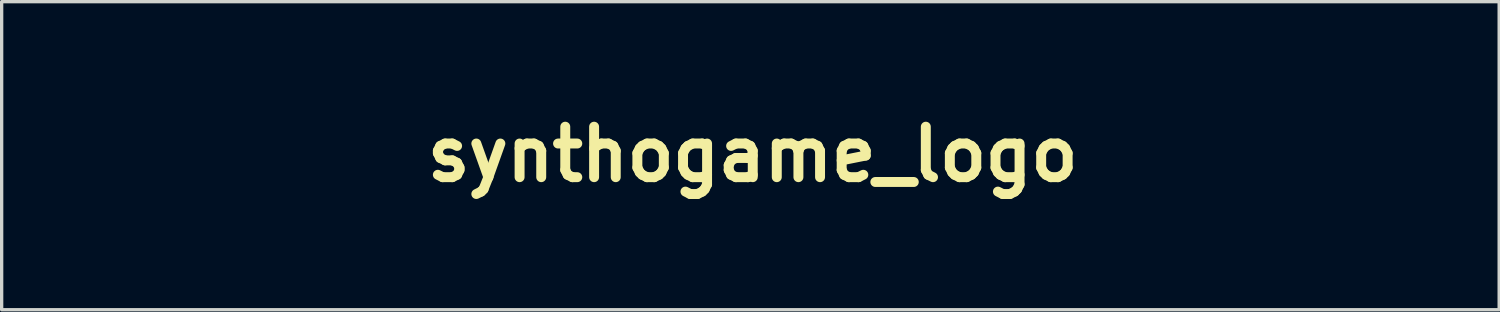
<source format=kicad_pcb>
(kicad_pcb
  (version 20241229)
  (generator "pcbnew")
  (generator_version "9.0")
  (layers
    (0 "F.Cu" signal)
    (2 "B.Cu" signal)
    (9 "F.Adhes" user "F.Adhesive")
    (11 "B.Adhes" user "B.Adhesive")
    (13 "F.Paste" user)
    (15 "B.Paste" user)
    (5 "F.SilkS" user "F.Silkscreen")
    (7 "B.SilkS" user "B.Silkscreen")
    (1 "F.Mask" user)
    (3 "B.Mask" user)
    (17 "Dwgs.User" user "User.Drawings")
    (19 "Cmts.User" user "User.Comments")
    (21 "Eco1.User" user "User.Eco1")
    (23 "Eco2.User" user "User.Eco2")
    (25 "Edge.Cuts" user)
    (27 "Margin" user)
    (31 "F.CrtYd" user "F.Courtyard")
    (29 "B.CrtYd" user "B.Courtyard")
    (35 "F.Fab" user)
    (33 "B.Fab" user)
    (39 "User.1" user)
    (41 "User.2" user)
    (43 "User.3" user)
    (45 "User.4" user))
  (footprint "synthogame_logo"
    (layer "F.Cu")
    (at 19.677 1.61)
    (property "Reference" "synthogame_logo" (at 0 0 0) (layer "F.SilkS") (effects (font (size 1.524 1.524) (thickness 0.3))))
    (attr through_hole)
    (fp_poly (pts (xy 16.785 1.005) (xy 16.85 1.01) (xy 16.9 1.02) (xy 16.94 1.037) (xy 16.976 1.062) (xy 17.007 1.092) (xy 17.058 1.159) (xy 17.085 1.23) (xy 17.088 1.307) (xy 17.081 1.348) (xy 17.057 1.408) (xy 17.016 1.465) (xy 16.965 1.512) (xy 16.911 1.544) (xy 16.897 1.548) (xy 16.855 1.555) (xy 16.796 1.56) (xy 16.727 1.561) (xy 16.655 1.561) (xy 16.587 1.557) (xy 16.53 1.551) (xy 16.492 1.543) (xy 16.491 1.543) (xy 16.453 1.523) (xy 16.412 1.492) (xy 16.387 1.469) (xy 16.337 1.4) (xy 16.311 1.327) (xy 16.309 1.251) (xy 16.331 1.178) (xy 16.378 1.108) (xy 16.394 1.09) (xy 16.431 1.057) (xy 16.468 1.034) (xy 16.51 1.018) (xy 16.563 1.009) (xy 16.632 1.004) (xy 16.701 1.003) (xy 16.785 1.005)) (stroke (width 0.01) (type solid)) (fill yes) (layer "F.Mask"))
    (fp_poly (pts (xy 17.789 -1.435) (xy 17.941 -1.435) (xy 19.347 -1.435) (xy 19.402 -1.408) (xy 19.461 -1.367) (xy 19.503 -1.313) (xy 19.525 -1.25) (xy 19.53 -1.184) (xy 19.517 -1.118) (xy 19.485 -1.058) (xy 19.436 -1.009) (xy 19.405 -0.99) (xy 19.397 -0.986) (xy 19.387 -0.983) (xy 19.376 -0.98) (xy 19.36 -0.977) (xy 19.338 -0.975) (xy 19.31 -0.973) (xy 19.273 -0.971) (xy 19.227 -0.97) (xy 19.17 -0.968) (xy 19.099 -0.968) (xy 19.015 -0.967) (xy 18.915 -0.966) (xy 18.799 -0.966) (xy 18.664 -0.966) (xy 18.509 -0.965) (xy 18.333 -0.965) (xy 18.134 -0.965) (xy 17.935 -0.965) (xy 16.515 -0.965) (xy 16.458 -1.002) (xy 16.4 -1.051) (xy 16.364 -1.112) (xy 16.349 -1.18) (xy 16.356 -1.25) (xy 16.385 -1.318) (xy 16.413 -1.356) (xy 16.423 -1.368) (xy 16.432 -1.379) (xy 16.441 -1.388) (xy 16.453 -1.397) (xy 16.467 -1.404) (xy 16.485 -1.411) (xy 16.51 -1.416) (xy 16.542 -1.421) (xy 16.583 -1.424) (xy 16.634 -1.427) (xy 16.697 -1.43) (xy 16.773 -1.432) (xy 16.863 -1.433) (xy 16.969 -1.434) (xy 17.093 -1.435) (xy 17.235 -1.435) (xy 17.398 -1.435) (xy 17.582 -1.435) (xy 17.789 -1.435)) (stroke (width 0.01) (type solid)) (fill yes) (layer "F.Mask"))
    (fp_poly (pts (xy 17.469 -0.19) (xy 17.605 -0.19) (xy 17.721 -0.19) (xy 17.817 -0.19) (xy 17.896 -0.189) (xy 17.959 -0.188) (xy 18.008 -0.186) (xy 18.046 -0.184) (xy 18.075 -0.182) (xy 18.096 -0.179) (xy 18.112 -0.175) (xy 18.124 -0.171) (xy 18.133 -0.166) (xy 18.186 -0.133) (xy 18.222 -0.09) (xy 18.243 -0.048) (xy 18.26 0.022) (xy 18.256 0.095) (xy 18.232 0.164) (xy 18.202 0.207) (xy 18.176 0.229) (xy 18.141 0.251) (xy 18.133 0.255) (xy 18.122 0.26) (xy 18.11 0.265) (xy 18.093 0.268) (xy 18.071 0.271) (xy 18.04 0.273) (xy 18 0.275) (xy 17.949 0.277) (xy 17.883 0.278) (xy 17.801 0.279) (xy 17.702 0.279) (xy 17.583 0.279) (xy 17.442 0.279) (xy 17.307 0.279) (xy 17.147 0.279) (xy 17.011 0.279) (xy 16.896 0.279) (xy 16.8 0.279) (xy 16.722 0.278) (xy 16.658 0.277) (xy 16.609 0.275) (xy 16.57 0.273) (xy 16.541 0.271) (xy 16.52 0.268) (xy 16.504 0.264) (xy 16.491 0.26) (xy 16.479 0.255) (xy 16.475 0.252) (xy 16.42 0.212) (xy 16.379 0.156) (xy 16.354 0.091) (xy 16.349 0.022) (xy 16.358 -0.021) (xy 16.391 -0.09) (xy 16.439 -0.141) (xy 16.478 -0.165) (xy 16.49 -0.17) (xy 16.503 -0.175) (xy 16.519 -0.179) (xy 16.54 -0.182) (xy 16.568 -0.184) (xy 16.606 -0.186) (xy 16.655 -0.188) (xy 16.717 -0.189) (xy 16.794 -0.19) (xy 16.889 -0.19) (xy 17.003 -0.19) (xy 17.138 -0.19) (xy 17.296 -0.191) (xy 17.308 -0.191) (xy 17.469 -0.19)) (stroke (width 0.01) (type solid)) (fill yes) (layer "F.Mask"))
    (fp_poly (pts (xy -14.941 -1.464) (xy -14.9 -1.449) (xy -14.883 -1.435) (xy -14.849 -1.406) (xy -14.801 -1.361) (xy -14.741 -1.304) (xy -14.669 -1.235) (xy -14.588 -1.155) (xy -14.498 -1.068) (xy -14.403 -0.973) (xy -14.303 -0.874) (xy -14.288 -0.858) (xy -13.723 -0.292) (xy -13.17 -0.844) (xy -13.037 -0.977) (xy -12.921 -1.091) (xy -12.822 -1.188) (xy -12.74 -1.267) (xy -12.674 -1.329) (xy -12.624 -1.374) (xy -12.589 -1.403) (xy -12.57 -1.415) (xy -12.494 -1.434) (xy -12.421 -1.429) (xy -12.353 -1.402) (xy -12.295 -1.355) (xy -12.259 -1.302) (xy -12.244 -1.254) (xy -12.239 -1.194) (xy -12.245 -1.136) (xy -12.259 -1.097) (xy -12.27 -1.084) (xy -12.298 -1.054) (xy -12.342 -1.007) (xy -12.401 -0.946) (xy -12.474 -0.872) (xy -12.56 -0.784) (xy -12.657 -0.685) (xy -12.766 -0.576) (xy -12.884 -0.457) (xy -13.01 -0.329) (xy -13.144 -0.194) (xy -13.285 -0.053) (xy -13.431 0.094) (xy -13.547 0.209) (xy -13.742 0.405) (xy -13.921 0.583) (xy -14.082 0.744) (xy -14.227 0.888) (xy -14.356 1.015) (xy -14.469 1.127) (xy -14.567 1.223) (xy -14.651 1.304) (xy -14.72 1.371) (xy -14.775 1.423) (xy -14.817 1.461) (xy -14.846 1.487) (xy -14.863 1.499) (xy -14.865 1.5) (xy -14.937 1.521) (xy -15.009 1.516) (xy -15.025 1.512) (xy -15.09 1.48) (xy -15.14 1.431) (xy -15.174 1.37) (xy -15.189 1.302) (xy -15.185 1.232) (xy -15.158 1.164) (xy -15.152 1.155) (xy -15.137 1.136) (xy -15.105 1.101) (xy -15.058 1.051) (xy -14.999 0.989) (xy -14.928 0.916) (xy -14.848 0.834) (xy -14.761 0.746) (xy -14.667 0.651) (xy -14.587 0.572) (xy -14.059 0.045) (xy -14.642 -0.54) (xy -14.761 -0.659) (xy -14.864 -0.762) (xy -14.95 -0.85) (xy -15.023 -0.924) (xy -15.082 -0.986) (xy -15.13 -1.036) (xy -15.167 -1.077) (xy -15.195 -1.109) (xy -15.215 -1.134) (xy -15.229 -1.153) (xy -15.236 -1.167) (xy -15.239 -1.175) (xy -15.249 -1.213) (xy -15.252 -1.24) (xy -15.248 -1.267) (xy -15.239 -1.299) (xy -15.215 -1.351) (xy -15.176 -1.403) (xy -15.13 -1.444) (xy -15.112 -1.455) (xy -15.062 -1.47) (xy -15.002 -1.472) (xy -14.941 -1.464)) (stroke (width 0.01) (type solid)) (fill yes) (layer "F.Mask"))
    (fp_poly (pts (xy -6.201 -1.409) (xy -6.142 -1.371) (xy -6.095 -1.315) (xy -6.082 -1.29) (xy -6.076 -1.275) (xy -6.071 -1.258) (xy -6.067 -1.236) (xy -6.064 -1.206) (xy -6.062 -1.167) (xy -6.06 -1.114) (xy -6.059 -1.047) (xy -6.059 -0.961) (xy -6.058 -0.856) (xy -6.058 -0.727) (xy -6.058 -0.721) (xy -6.058 -0.204) (xy -5.336 -0.2) (xy -4.615 -0.197) (xy -4.562 -0.162) (xy -4.509 -0.114) (xy -4.475 -0.054) (xy -4.459 0.012) (xy -4.461 0.08) (xy -4.48 0.145) (xy -4.517 0.201) (xy -4.571 0.244) (xy -4.58 0.249) (xy -4.591 0.254) (xy -4.605 0.258) (xy -4.623 0.262) (xy -4.646 0.265) (xy -4.678 0.268) (xy -4.72 0.27) (xy -4.774 0.271) (xy -4.843 0.273) (xy -4.928 0.274) (xy -5.032 0.275) (xy -5.157 0.276) (xy -5.304 0.276) (xy -5.343 0.277) (xy -6.057 0.28) (xy -6.061 0.823) (xy -6.064 1.365) (xy -6.094 1.413) (xy -6.141 1.466) (xy -6.203 1.503) (xy -6.273 1.522) (xy -6.345 1.521) (xy -6.395 1.506) (xy -6.44 1.476) (xy -6.483 1.431) (xy -6.516 1.379) (xy -6.527 1.35) (xy -6.531 1.324) (xy -6.534 1.274) (xy -6.536 1.202) (xy -6.538 1.109) (xy -6.54 0.998) (xy -6.54 0.869) (xy -6.54 0.791) (xy -6.54 0.279) (xy -7.229 0.279) (xy -7.398 0.279) (xy -7.546 0.278) (xy -7.674 0.277) (xy -7.78 0.275) (xy -7.863 0.273) (xy -7.923 0.27) (xy -7.959 0.267) (xy -7.966 0.266) (xy -8.019 0.242) (xy -8.07 0.203) (xy -8.11 0.156) (xy -8.124 0.131) (xy -8.138 0.069) (xy -8.138 0.000213) (xy -8.123 -0.055) (xy -8.092 -0.105) (xy -8.045 -0.151) (xy -7.993 -0.183) (xy -7.985 -0.186) (xy -7.967 -0.19) (xy -7.932 -0.193) (xy -7.879 -0.196) (xy -7.808 -0.198) (xy -7.716 -0.199) (xy -7.603 -0.201) (xy -7.468 -0.202) (xy -7.309 -0.202) (xy -7.242 -0.202) (xy -6.54 -0.203) (xy -6.54 -0.699) (xy -6.54 -0.837) (xy -6.54 -0.951) (xy -6.538 -1.045) (xy -6.536 -1.121) (xy -6.532 -1.182) (xy -6.527 -1.229) (xy -6.52 -1.266) (xy -6.511 -1.295) (xy -6.499 -1.317) (xy -6.485 -1.337) (xy -6.467 -1.356) (xy -6.464 -1.359) (xy -6.403 -1.404) (xy -6.336 -1.426) (xy -6.267 -1.428) (xy -6.201 -1.409)) (stroke (width 0.01) (type solid)) (fill yes) (layer "F.Mask"))
    (fp_poly (pts (xy 2.54 -1.587) (xy 2.727 -1.546) (xy 2.822 -1.516) (xy 2.987 -1.449) (xy 3.136 -1.368) (xy 3.275 -1.27) (xy 3.41 -1.151) (xy 3.437 -1.125) (xy 3.564 -0.986) (xy 3.669 -0.846) (xy 3.755 -0.698) (xy 3.823 -0.539) (xy 3.878 -0.363) (xy 3.881 -0.349) (xy 3.901 -0.251) (xy 3.915 -0.136) (xy 3.922 -0.013) (xy 3.923 0.109) (xy 3.917 0.222) (xy 3.912 0.27) (xy 3.873 0.467) (xy 3.811 0.654) (xy 3.728 0.831) (xy 3.625 0.995) (xy 3.503 1.146) (xy 3.365 1.282) (xy 3.211 1.401) (xy 3.043 1.502) (xy 2.862 1.583) (xy 2.67 1.644) (xy 2.548 1.67) (xy 2.462 1.68) (xy 2.361 1.686) (xy 2.253 1.687) (xy 2.146 1.684) (xy 2.05 1.676) (xy 2 1.669) (xy 1.803 1.622) (xy 1.615 1.552) (xy 1.439 1.461) (xy 1.276 1.351) (xy 1.128 1.223) (xy 0.995 1.078) (xy 0.881 0.918) (xy 0.785 0.744) (xy 0.711 0.558) (xy 0.681 0.455) (xy 0.642 0.258) (xy 0.631 0.105) (xy 1.108 0.105) (xy 1.129 0.268) (xy 1.173 0.43) (xy 1.225 0.552) (xy 1.311 0.701) (xy 1.414 0.833) (xy 1.534 0.947) (xy 1.667 1.042) (xy 1.812 1.117) (xy 1.966 1.171) (xy 2.128 1.203) (xy 2.295 1.213) (xy 2.465 1.199) (xy 2.53 1.187) (xy 2.688 1.141) (xy 2.838 1.071) (xy 2.979 0.979) (xy 3.11 0.865) (xy 3.118 0.857) (xy 3.227 0.728) (xy 3.315 0.588) (xy 3.381 0.44) (xy 3.425 0.286) (xy 3.448 0.128) (xy 3.448 -0.031) (xy 3.427 -0.19) (xy 3.384 -0.345) (xy 3.319 -0.494) (xy 3.233 -0.636) (xy 3.129 -0.762) (xy 3.004 -0.877) (xy 2.868 -0.97) (xy 2.723 -1.042) (xy 2.571 -1.092) (xy 2.415 -1.121) (xy 2.256 -1.129) (xy 2.098 -1.115) (xy 1.942 -1.08) (xy 1.792 -1.023) (xy 1.649 -0.945) (xy 1.515 -0.845) (xy 1.463 -0.796) (xy 1.349 -0.667) (xy 1.256 -0.527) (xy 1.185 -0.377) (xy 1.136 -0.22) (xy 1.111 -0.059) (xy 1.108 0.105) (xy 0.631 0.105) (xy 0.628 0.062) (xy 0.638 -0.131) (xy 0.669 -0.32) (xy 0.722 -0.504) (xy 0.796 -0.679) (xy 0.889 -0.845) (xy 1 -0.999) (xy 1.129 -1.141) (xy 1.274 -1.267) (xy 1.435 -1.376) (xy 1.611 -1.467) (xy 1.772 -1.528) (xy 1.958 -1.576) (xy 2.151 -1.601) (xy 2.346 -1.605) (xy 2.54 -1.587)) (stroke (width 0.01) (type solid)) (fill yes) (layer "F.Mask"))
    (fp_poly (pts (xy 5.656 -1.433) (xy 5.82 -1.433) (xy 6.006 -1.433) (xy 6.216 -1.432) (xy 6.228 -1.432) (xy 7.541 -1.429) (xy 7.59 -1.389) (xy 7.644 -1.336) (xy 7.675 -1.279) (xy 7.687 -1.214) (xy 7.687 -1.202) (xy 7.676 -1.128) (xy 7.644 -1.062) (xy 7.595 -1.01) (xy 7.54 -0.979) (xy 7.521 -0.976) (xy 7.479 -0.974) (xy 7.415 -0.972) (xy 7.327 -0.97) (xy 7.215 -0.968) (xy 7.079 -0.967) (xy 6.92 -0.966) (xy 6.735 -0.966) (xy 6.526 -0.965) (xy 6.356 -0.965) (xy 5.207 -0.965) (xy 5.207 0.704) (xy 5.648 0.264) (xy 5.77 0.143) (xy 5.873 0.041) (xy 5.96 -0.042) (xy 6.03 -0.108) (xy 6.083 -0.155) (xy 6.119 -0.185) (xy 6.137 -0.196) (xy 6.209 -0.214) (xy 6.28 -0.21) (xy 6.344 -0.186) (xy 6.399 -0.145) (xy 6.439 -0.089) (xy 6.46 -0.02) (xy 6.462 -0.006) (xy 6.463 0.04) (xy 6.461 0.082) (xy 6.459 0.098) (xy 6.448 0.113) (xy 6.422 0.144) (xy 6.38 0.189) (xy 6.326 0.247) (xy 6.26 0.316) (xy 6.185 0.394) (xy 6.102 0.48) (xy 6.013 0.571) (xy 5.919 0.667) (xy 5.823 0.764) (xy 5.725 0.863) (xy 5.629 0.96) (xy 5.535 1.054) (xy 5.444 1.144) (xy 5.36 1.227) (xy 5.283 1.302) (xy 5.216 1.367) (xy 5.159 1.421) (xy 5.115 1.462) (xy 5.086 1.488) (xy 5.075 1.495) (xy 5.008 1.52) (xy 4.936 1.52) (xy 4.869 1.5) (xy 4.818 1.466) (xy 4.773 1.418) (xy 4.745 1.365) (xy 4.743 1.348) (xy 4.741 1.307) (xy 4.74 1.245) (xy 4.739 1.164) (xy 4.738 1.066) (xy 4.737 0.952) (xy 4.737 0.826) (xy 4.736 0.689) (xy 4.736 0.543) (xy 4.736 0.391) (xy 4.736 0.234) (xy 4.736 0.074) (xy 4.737 -0.086) (xy 4.737 -0.245) (xy 4.738 -0.4) (xy 4.739 -0.549) (xy 4.74 -0.69) (xy 4.741 -0.822) (xy 4.742 -0.942) (xy 4.744 -1.047) (xy 4.745 -1.136) (xy 4.747 -1.208) (xy 4.748 -1.259) (xy 4.75 -1.287) (xy 4.751 -1.292) (xy 4.785 -1.349) (xy 4.841 -1.396) (xy 4.867 -1.411) (xy 4.875 -1.415) (xy 4.885 -1.418) (xy 4.898 -1.422) (xy 4.915 -1.424) (xy 4.938 -1.426) (xy 4.968 -1.428) (xy 5.007 -1.43) (xy 5.057 -1.431) (xy 5.118 -1.432) (xy 5.193 -1.433) (xy 5.283 -1.433) (xy 5.389 -1.433) (xy 5.513 -1.433) (xy 5.656 -1.433)) (stroke (width 0.01) (type solid)) (fill yes) (layer "F.Mask"))
    (fp_poly (pts (xy 9.399 -1.43) (xy 9.465 -1.411) (xy 9.521 -1.376) (xy 9.546 -1.349) (xy 9.555 -1.337) (xy 9.563 -1.325) (xy 9.569 -1.312) (xy 9.576 -1.296) (xy 9.581 -1.275) (xy 9.585 -1.249) (xy 9.589 -1.215) (xy 9.592 -1.172) (xy 9.595 -1.119) (xy 9.597 -1.054) (xy 9.598 -0.975) (xy 9.599 -0.882) (xy 9.6 -0.771) (xy 9.601 -0.643) (xy 9.601 -0.496) (xy 9.601 -0.327) (xy 9.601 -0.136) (xy 9.601 0.05) (xy 9.601 0.258) (xy 9.601 0.443) (xy 9.601 0.606) (xy 9.6 0.747) (xy 9.6 0.87) (xy 9.599 0.974) (xy 9.599 1.063) (xy 9.598 1.136) (xy 9.596 1.196) (xy 9.595 1.245) (xy 9.593 1.283) (xy 9.591 1.313) (xy 9.589 1.335) (xy 9.586 1.352) (xy 9.583 1.364) (xy 9.579 1.375) (xy 9.577 1.378) (xy 9.537 1.44) (xy 9.484 1.484) (xy 9.423 1.51) (xy 9.358 1.519) (xy 9.293 1.51) (xy 9.233 1.484) (xy 9.182 1.442) (xy 9.144 1.383) (xy 9.132 1.349) (xy 9.129 1.326) (xy 9.127 1.278) (xy 9.125 1.206) (xy 9.123 1.11) (xy 9.121 0.99) (xy 9.12 0.848) (xy 9.119 0.684) (xy 9.119 0.498) (xy 9.119 0.343) (xy 9.119 -0.616) (xy 8.061 0.439) (xy 7.899 0.602) (xy 7.753 0.747) (xy 7.623 0.876) (xy 7.509 0.989) (xy 7.408 1.089) (xy 7.321 1.175) (xy 7.245 1.249) (xy 7.181 1.311) (xy 7.127 1.363) (xy 7.082 1.405) (xy 7.046 1.439) (xy 7.016 1.465) (xy 6.993 1.484) (xy 6.976 1.497) (xy 6.962 1.505) (xy 6.952 1.509) (xy 6.952 1.509) (xy 6.895 1.521) (xy 6.848 1.52) (xy 6.801 1.506) (xy 6.788 1.5) (xy 6.722 1.457) (xy 6.675 1.4) (xy 6.647 1.334) (xy 6.641 1.262) (xy 6.655 1.198) (xy 6.666 1.184) (xy 6.694 1.154) (xy 6.737 1.108) (xy 6.794 1.048) (xy 6.865 0.975) (xy 6.947 0.891) (xy 7.04 0.796) (xy 7.142 0.692) (xy 7.253 0.58) (xy 7.37 0.462) (xy 7.493 0.337) (xy 7.621 0.209) (xy 7.752 0.078) (xy 7.884 -0.055) (xy 8.018 -0.189) (xy 8.151 -0.322) (xy 8.282 -0.453) (xy 8.41 -0.58) (xy 8.534 -0.703) (xy 8.652 -0.821) (xy 8.764 -0.932) (xy 8.868 -1.034) (xy 8.963 -1.127) (xy 9.047 -1.209) (xy 9.119 -1.28) (xy 9.179 -1.337) (xy 9.224 -1.38) (xy 9.254 -1.407) (xy 9.267 -1.417) (xy 9.331 -1.433) (xy 9.399 -1.43)) (stroke (width 0.01) (type solid)) (fill yes) (layer "F.Mask"))
    (fp_poly (pts (xy -17.121 -1.436) (xy -16.966 -1.436) (xy -16.788 -1.436) (xy -16.748 -1.436) (xy -16.569 -1.435) (xy -16.413 -1.435) (xy -16.279 -1.435) (xy -16.165 -1.434) (xy -16.069 -1.433) (xy -15.99 -1.432) (xy -15.925 -1.431) (xy -15.874 -1.43) (xy -15.834 -1.428) (xy -15.803 -1.426) (xy -15.78 -1.423) (xy -15.763 -1.42) (xy -15.75 -1.416) (xy -15.74 -1.412) (xy -15.734 -1.409) (xy -15.68 -1.368) (xy -15.639 -1.311) (xy -15.616 -1.245) (xy -15.612 -1.177) (xy -15.621 -1.137) (xy -15.644 -1.09) (xy -15.68 -1.041) (xy -15.72 -1.001) (xy -15.74 -0.987) (xy -15.753 -0.984) (xy -15.78 -0.981) (xy -15.823 -0.978) (xy -15.882 -0.975) (xy -15.959 -0.973) (xy -16.056 -0.971) (xy -16.174 -0.969) (xy -16.313 -0.968) (xy -16.476 -0.966) (xy -16.586 -0.965) (xy -17.405 -0.959) (xy -17.408 0.178) (xy -17.408 0.346) (xy -17.409 0.508) (xy -17.409 0.661) (xy -17.41 0.804) (xy -17.411 0.934) (xy -17.412 1.05) (xy -17.413 1.15) (xy -17.414 1.232) (xy -17.415 1.295) (xy -17.416 1.335) (xy -17.417 1.351) (xy -17.438 1.403) (xy -17.477 1.452) (xy -17.527 1.491) (xy -17.544 1.5) (xy -17.554 1.504) (xy -17.567 1.508) (xy -17.584 1.511) (xy -17.605 1.514) (xy -17.634 1.516) (xy -17.672 1.518) (xy -17.721 1.52) (xy -17.783 1.521) (xy -17.859 1.522) (xy -17.951 1.522) (xy -18.061 1.523) (xy -18.191 1.523) (xy -18.343 1.523) (xy -18.518 1.523) (xy -18.536 1.523) (xy -18.689 1.522) (xy -18.835 1.522) (xy -18.972 1.521) (xy -19.099 1.52) (xy -19.212 1.519) (xy -19.31 1.518) (xy -19.391 1.516) (xy -19.453 1.515) (xy -19.493 1.513) (xy -19.51 1.511) (xy -19.576 1.479) (xy -19.627 1.428) (xy -19.66 1.363) (xy -19.672 1.288) (xy -19.672 1.283) (xy -19.661 1.204) (xy -19.629 1.139) (xy -19.576 1.089) (xy -19.508 1.056) (xy -19.49 1.053) (xy -19.453 1.05) (xy -19.399 1.047) (xy -19.325 1.045) (xy -19.23 1.044) (xy -19.114 1.043) (xy -18.975 1.042) (xy -18.813 1.041) (xy -18.673 1.041) (xy -17.882 1.041) (xy -17.882 -0.107) (xy -17.881 -0.335) (xy -17.881 -0.538) (xy -17.88 -0.716) (xy -17.879 -0.869) (xy -17.878 -0.999) (xy -17.877 -1.104) (xy -17.875 -1.186) (xy -17.873 -1.244) (xy -17.87 -1.28) (xy -17.868 -1.291) (xy -17.85 -1.325) (xy -17.823 -1.36) (xy -17.82 -1.363) (xy -17.808 -1.377) (xy -17.797 -1.388) (xy -17.785 -1.399) (xy -17.771 -1.407) (xy -17.753 -1.414) (xy -17.729 -1.42) (xy -17.698 -1.425) (xy -17.657 -1.429) (xy -17.606 -1.432) (xy -17.541 -1.434) (xy -17.462 -1.435) (xy -17.367 -1.436) (xy -17.254 -1.436) (xy -17.121 -1.436)) (stroke (width 0.01) (type solid)) (fill yes) (layer "F.Mask"))
    (fp_poly (pts (xy 0.227 -1.435) (xy 0.249 -1.432) (xy 0.256 -1.431) (xy 0.325 -1.41) (xy 0.382 -1.371) (xy 0.424 -1.316) (xy 0.449 -1.252) (xy 0.455 -1.182) (xy 0.438 -1.111) (xy 0.433 -1.099) (xy 0.422 -1.083) (xy 0.395 -1.053) (xy 0.354 -1.008) (xy 0.297 -0.948) (xy 0.224 -0.872) (xy 0.135 -0.781) (xy 0.029 -0.674) (xy -0.093 -0.55) (xy -0.232 -0.41) (xy -0.388 -0.254) (xy -0.561 -0.08) (xy -0.752 0.111) (xy -0.865 0.224) (xy -1.044 0.403) (xy -1.205 0.564) (xy -1.351 0.709) (xy -1.481 0.838) (xy -1.597 0.953) (xy -1.699 1.055) (xy -1.789 1.144) (xy -1.868 1.22) (xy -1.936 1.286) (xy -1.994 1.342) (xy -2.044 1.388) (xy -2.086 1.425) (xy -2.121 1.455) (xy -2.15 1.479) (xy -2.174 1.496) (xy -2.194 1.508) (xy -2.211 1.516) (xy -2.225 1.521) (xy -2.239 1.523) (xy -2.252 1.524) (xy -2.265 1.524) (xy -2.273 1.524) (xy -2.316 1.515) (xy -2.366 1.495) (xy -2.412 1.466) (xy -2.435 1.446) (xy -2.467 1.398) (xy -2.492 1.341) (xy -2.502 1.287) (xy -2.502 1.283) (xy -2.501 1.261) (xy -2.497 1.239) (xy -2.489 1.217) (xy -2.475 1.191) (xy -2.454 1.16) (xy -2.424 1.123) (xy -2.384 1.078) (xy -2.332 1.023) (xy -2.268 0.956) (xy -2.189 0.876) (xy -2.095 0.781) (xy -2.028 0.714) (xy -1.594 0.279) (xy -3.405 0.279) (xy -4.004 0.878) (xy -4.142 1.016) (xy -4.263 1.136) (xy -4.367 1.238) (xy -4.455 1.323) (xy -4.526 1.391) (xy -4.582 1.442) (xy -4.623 1.477) (xy -4.648 1.497) (xy -4.654 1.5) (xy -4.714 1.519) (xy -4.772 1.521) (xy -4.801 1.515) (xy -4.878 1.477) (xy -4.933 1.427) (xy -4.966 1.364) (xy -4.978 1.289) (xy -4.978 1.283) (xy -4.975 1.231) (xy -4.961 1.189) (xy -4.942 1.155) (xy -4.927 1.137) (xy -4.895 1.102) (xy -4.848 1.053) (xy -4.787 0.989) (xy -4.713 0.913) (xy -4.628 0.826) (xy -4.532 0.729) (xy -4.427 0.623) (xy -4.315 0.51) (xy -4.196 0.39) (xy -4.071 0.265) (xy -3.943 0.137) (xy -3.811 0.006) (xy -3.679 -0.127) (xy -3.546 -0.259) (xy -3.414 -0.39) (xy -3.284 -0.519) (xy -3.157 -0.644) (xy -3.036 -0.764) (xy -2.92 -0.877) (xy -2.812 -0.984) (xy -2.713 -1.081) (xy -2.623 -1.169) (xy -2.544 -1.245) (xy -2.477 -1.309) (xy -2.424 -1.359) (xy -2.386 -1.394) (xy -2.364 -1.413) (xy -2.359 -1.416) (xy -2.283 -1.435) (xy -2.209 -1.43) (xy -2.141 -1.401) (xy -2.086 -1.355) (xy -2.044 -1.289) (xy -2.025 -1.218) (xy -2.032 -1.144) (xy -2.052 -1.091) (xy -2.064 -1.075) (xy -2.093 -1.044) (xy -2.135 -0.998) (xy -2.191 -0.94) (xy -2.256 -0.872) (xy -2.331 -0.796) (xy -2.413 -0.714) (xy -2.495 -0.631) (xy -2.581 -0.545) (xy -2.66 -0.465) (xy -2.733 -0.392) (xy -2.796 -0.328) (xy -2.848 -0.274) (xy -2.887 -0.234) (xy -2.912 -0.208) (xy -2.921 -0.198) (xy -2.909 -0.196) (xy -2.873 -0.195) (xy -2.816 -0.194) (xy -2.739 -0.193) (xy -2.646 -0.192) (xy -2.537 -0.192) (xy -2.414 -0.191) (xy -2.281 -0.191) (xy -2.138 -0.191) (xy -2.023 -0.191) (xy -1.125 -0.191) (xy -0.509 -0.805) (xy -0.386 -0.928) (xy -0.279 -1.034) (xy -0.188 -1.124) (xy -0.111 -1.201) (xy -0.046 -1.264) (xy 0.009 -1.315) (xy 0.054 -1.355) (xy 0.091 -1.386) (xy 0.121 -1.408) (xy 0.147 -1.423) (xy 0.169 -1.432) (xy 0.188 -1.436) (xy 0.208 -1.437) (xy 0.227 -1.435)) (stroke (width 0.01) (type solid)) (fill yes) (layer "F.Mask"))
    (fp_poly (pts (xy -8.008 -1.436) (xy -7.991 -1.434) (xy -7.974 -1.432) (xy -7.907 -1.414) (xy -7.846 -1.374) (xy -7.798 -1.317) (xy -7.794 -1.31) (xy -7.777 -1.265) (xy -7.771 -1.207) (xy -7.774 -1.148) (xy -7.788 -1.1) (xy -7.79 -1.096) (xy -7.801 -1.083) (xy -7.829 -1.053) (xy -7.873 -1.008) (xy -7.932 -0.947) (xy -8.005 -0.873) (xy -8.09 -0.786) (xy -8.188 -0.687) (xy -8.296 -0.578) (xy -8.414 -0.459) (xy -8.541 -0.331) (xy -8.675 -0.196) (xy -8.816 -0.055) (xy -8.963 0.092) (xy -9.089 0.218) (xy -9.272 0.4) (xy -9.438 0.565) (xy -9.587 0.714) (xy -9.721 0.847) (xy -9.84 0.965) (xy -9.946 1.069) (xy -10.038 1.16) (xy -10.118 1.239) (xy -10.187 1.305) (xy -10.245 1.361) (xy -10.293 1.407) (xy -10.333 1.443) (xy -10.364 1.471) (xy -10.387 1.491) (xy -10.405 1.504) (xy -10.416 1.51) (xy -10.418 1.511) (xy -10.488 1.521) (xy -10.557 1.509) (xy -10.621 1.477) (xy -10.672 1.43) (xy -10.693 1.397) (xy -10.698 1.388) (xy -10.702 1.377) (xy -10.706 1.363) (xy -10.709 1.345) (xy -10.711 1.32) (xy -10.713 1.287) (xy -10.715 1.245) (xy -10.716 1.191) (xy -10.717 1.123) (xy -10.718 1.041) (xy -10.718 0.941) (xy -10.719 0.823) (xy -10.719 0.685) (xy -10.719 0.524) (xy -10.719 0.369) (xy -10.719 0.214) (xy -10.719 0.066) (xy -10.72 -0.072) (xy -10.721 -0.199) (xy -10.721 -0.312) (xy -10.723 -0.41) (xy -10.724 -0.49) (xy -10.725 -0.552) (xy -10.726 -0.592) (xy -10.728 -0.609) (xy -10.728 -0.61) (xy -10.738 -0.601) (xy -10.765 -0.575) (xy -10.808 -0.534) (xy -10.865 -0.478) (xy -10.935 -0.408) (xy -11.018 -0.326) (xy -11.113 -0.233) (xy -11.217 -0.129) (xy -11.33 -0.017) (xy -11.451 0.104) (xy -11.579 0.231) (xy -11.712 0.364) (xy -11.792 0.443) (xy -11.954 0.606) (xy -12.1 0.751) (xy -12.229 0.88) (xy -12.344 0.993) (xy -12.444 1.093) (xy -12.532 1.179) (xy -12.607 1.253) (xy -12.671 1.315) (xy -12.725 1.367) (xy -12.769 1.409) (xy -12.806 1.442) (xy -12.835 1.467) (xy -12.857 1.486) (xy -12.875 1.499) (xy -12.888 1.507) (xy -12.897 1.51) (xy -12.948 1.521) (xy -12.99 1.521) (xy -13.036 1.509) (xy -13.047 1.505) (xy -13.114 1.47) (xy -13.164 1.414) (xy -13.184 1.378) (xy -13.205 1.307) (xy -13.202 1.237) (xy -13.189 1.197) (xy -13.177 1.182) (xy -13.149 1.15) (xy -13.105 1.103) (xy -13.047 1.042) (xy -12.976 0.969) (xy -12.893 0.883) (xy -12.8 0.787) (xy -12.697 0.682) (xy -12.586 0.57) (xy -12.468 0.45) (xy -12.345 0.326) (xy -12.217 0.197) (xy -12.086 0.065) (xy -11.953 -0.068) (xy -11.82 -0.202) (xy -11.687 -0.335) (xy -11.556 -0.465) (xy -11.429 -0.593) (xy -11.306 -0.715) (xy -11.188 -0.832) (xy -11.077 -0.941) (xy -10.974 -1.043) (xy -10.881 -1.134) (xy -10.798 -1.215) (xy -10.728 -1.283) (xy -10.67 -1.338) (xy -10.626 -1.379) (xy -10.599 -1.403) (xy -10.589 -1.411) (xy -10.522 -1.432) (xy -10.451 -1.432) (xy -10.383 -1.411) (xy -10.325 -1.372) (xy -10.291 -1.332) (xy -10.255 -1.278) (xy -10.252 -0.287) (xy -10.248 0.704) (xy -9.191 -0.351) (xy -9.028 -0.514) (xy -8.883 -0.66) (xy -8.753 -0.789) (xy -8.638 -0.904) (xy -8.536 -1.004) (xy -8.448 -1.091) (xy -8.371 -1.166) (xy -8.305 -1.229) (xy -8.249 -1.282) (xy -8.202 -1.325) (xy -8.162 -1.359) (xy -8.128 -1.386) (xy -8.1 -1.406) (xy -8.077 -1.42) (xy -8.057 -1.429) (xy -8.04 -1.434) (xy -8.024 -1.436) (xy -8.008 -1.436)) (stroke (width 0.01) (type solid)) (fill yes) (layer "F.Mask"))
    (fp_poly (pts (xy 15.33 -1.432) (xy 15.383 -1.418) (xy 15.431 -1.387) (xy 15.475 -1.341) (xy 15.509 -1.287) (xy 15.519 -1.258) (xy 15.522 -1.237) (xy 15.524 -1.194) (xy 15.526 -1.128) (xy 15.527 -1.039) (xy 15.528 -0.927) (xy 15.529 -0.791) (xy 15.53 -0.631) (xy 15.53 -0.447) (xy 15.53 -0.238) (xy 15.529 -0.004) (xy 15.529 0.066) (xy 15.529 0.274) (xy 15.528 0.458) (xy 15.527 0.62) (xy 15.527 0.761) (xy 15.526 0.883) (xy 15.525 0.987) (xy 15.524 1.075) (xy 15.523 1.148) (xy 15.522 1.208) (xy 15.52 1.256) (xy 15.519 1.294) (xy 15.516 1.323) (xy 15.514 1.345) (xy 15.511 1.361) (xy 15.508 1.373) (xy 15.504 1.383) (xy 15.501 1.389) (xy 15.461 1.445) (xy 15.404 1.488) (xy 15.339 1.514) (xy 15.271 1.521) (xy 15.222 1.512) (xy 15.155 1.477) (xy 15.101 1.424) (xy 15.073 1.378) (xy 15.069 1.368) (xy 15.065 1.355) (xy 15.062 1.339) (xy 15.059 1.316) (xy 15.057 1.287) (xy 15.055 1.248) (xy 15.054 1.199) (xy 15.052 1.136) (xy 15.051 1.06) (xy 15.051 0.967) (xy 15.05 0.856) (xy 15.05 0.726) (xy 15.05 0.574) (xy 15.05 0.399) (xy 15.05 0.352) (xy 15.05 -0.623) (xy 13.995 0.431) (xy 13.831 0.594) (xy 13.684 0.741) (xy 13.553 0.872) (xy 13.437 0.987) (xy 13.334 1.088) (xy 13.245 1.176) (xy 13.168 1.252) (xy 13.101 1.316) (xy 13.044 1.369) (xy 12.996 1.413) (xy 12.956 1.448) (xy 12.923 1.475) (xy 12.895 1.495) (xy 12.872 1.509) (xy 12.853 1.518) (xy 12.836 1.523) (xy 12.821 1.524) (xy 12.807 1.524) (xy 12.792 1.522) (xy 12.783 1.52) (xy 12.705 1.497) (xy 12.643 1.453) (xy 12.609 1.411) (xy 12.573 1.354) (xy 12.573 0.372) (xy 12.573 0.217) (xy 12.573 0.069) (xy 12.572 -0.069) (xy 12.571 -0.196) (xy 12.57 -0.31) (xy 12.569 -0.408) (xy 12.568 -0.489) (xy 12.567 -0.551) (xy 12.565 -0.591) (xy 12.564 -0.609) (xy 12.564 -0.61) (xy 12.554 -0.601) (xy 12.527 -0.575) (xy 12.484 -0.534) (xy 12.427 -0.478) (xy 12.356 -0.408) (xy 12.273 -0.326) (xy 12.179 -0.233) (xy 12.075 -0.129) (xy 11.962 -0.017) (xy 11.841 0.104) (xy 11.713 0.231) (xy 11.579 0.364) (xy 11.5 0.443) (xy 11.338 0.606) (xy 11.192 0.751) (xy 11.063 0.88) (xy 10.948 0.993) (xy 10.848 1.093) (xy 10.76 1.179) (xy 10.685 1.253) (xy 10.621 1.315) (xy 10.567 1.367) (xy 10.522 1.409) (xy 10.486 1.442) (xy 10.457 1.467) (xy 10.434 1.486) (xy 10.417 1.499) (xy 10.404 1.507) (xy 10.395 1.51) (xy 10.343 1.521) (xy 10.302 1.521) (xy 10.256 1.509) (xy 10.245 1.505) (xy 10.178 1.469) (xy 10.128 1.417) (xy 10.098 1.352) (xy 10.088 1.278) (xy 10.096 1.218) (xy 10.1 1.209) (xy 10.105 1.198) (xy 10.114 1.184) (xy 10.128 1.167) (xy 10.147 1.144) (xy 10.172 1.116) (xy 10.203 1.081) (xy 10.243 1.039) (xy 10.291 0.989) (xy 10.349 0.929) (xy 10.417 0.86) (xy 10.497 0.779) (xy 10.588 0.686) (xy 10.693 0.581) (xy 10.811 0.461) (xy 10.945 0.327) (xy 11.094 0.178) (xy 11.259 0.012) (xy 11.383 -0.112) (xy 11.54 -0.268) (xy 11.69 -0.419) (xy 11.835 -0.562) (xy 11.971 -0.698) (xy 12.099 -0.825) (xy 12.217 -0.942) (xy 12.325 -1.048) (xy 12.422 -1.143) (xy 12.505 -1.225) (xy 12.576 -1.293) (xy 12.632 -1.347) (xy 12.672 -1.385) (xy 12.697 -1.406) (xy 12.703 -1.411) (xy 12.769 -1.431) (xy 12.841 -1.432) (xy 12.9 -1.416) (xy 12.955 -1.386) (xy 12.995 -1.346) (xy 13.019 -1.305) (xy 13.023 -1.296) (xy 13.027 -1.284) (xy 13.03 -1.27) (xy 13.033 -1.249) (xy 13.036 -1.222) (xy 13.038 -1.186) (xy 13.039 -1.14) (xy 13.04 -1.081) (xy 13.041 -1.009) (xy 13.042 -0.92) (xy 13.042 -0.814) (xy 13.043 -0.689) (xy 13.043 -0.543) (xy 13.043 -0.374) (xy 13.043 -0.277) (xy 13.043 0.705) (xy 14.094 -0.346) (xy 14.273 -0.525) (xy 14.435 -0.686) (xy 14.58 -0.83) (xy 14.709 -0.957) (xy 14.821 -1.068) (xy 14.918 -1.163) (xy 15 -1.242) (xy 15.066 -1.305) (xy 15.119 -1.354) (xy 15.157 -1.389) (xy 15.182 -1.409) (xy 15.192 -1.416) (xy 15.259 -1.432) (xy 15.33 -1.432)) (stroke (width 0.01) (type solid)) (fill yes) (layer "F.Mask")))
  (gr_rect
    (start -3 -3)
    (end 42.213 6.302)
    (stroke (width 0.1) (type default))
    (fill no)
    (layer "Edge.Cuts")))
</source>
